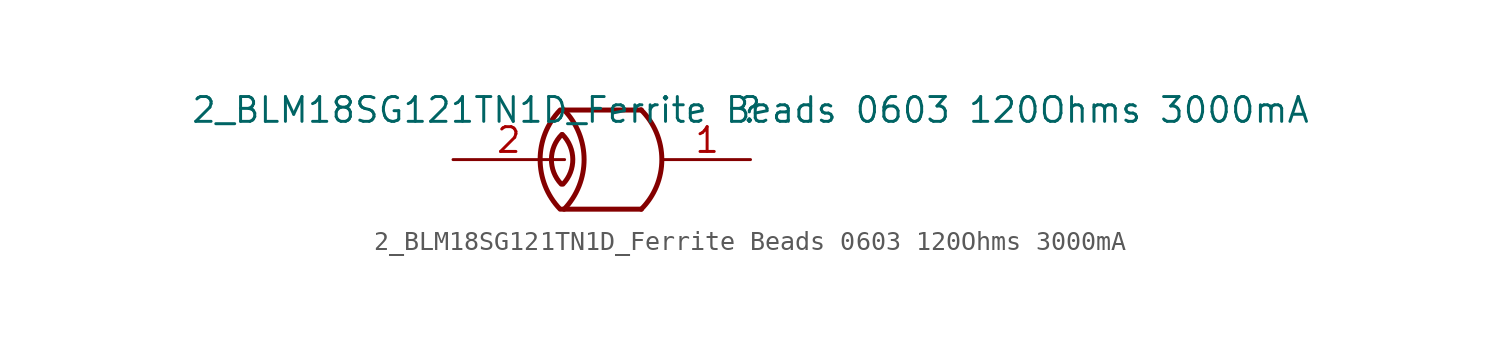
<source format=kicad_sym>
(kicad_symbol_lib
  (version 20211014)
  (generator kicad_symbol_editor)
  (symbol "2_BLM18SG121TN1D_Ferrite Beads 0603 120Ohms 3000mA"
    (property "Reference" ""
      (at 0 0 0)
      (effects (font (size 1.27 1.27))))
    (property "Value" "2_BLM18SG121TN1D_Ferrite Beads 0603 120Ohms 3000mA"
      (at 0 0 0)
      (effects (font (size 1.27 1.27))))
    (symbol "2_BLM18SG121TN1D_Ferrite Beads 0603 120Ohms 3000mA_1_0"
      (arc (start -9.7515 0.0042) (mid -10.778 -2.5378) (end -9.7546 -5.081) (stroke (width 0.254) (type default) (color 0 0 0 0)) (fill (type none)))
      (arc (start -9.6675 -1.2545) (mid -10.1999 -2.5201) (end -9.6954 -3.797) (stroke (width 0.254) (type default) (color 0 0 0 0)) (fill (type none)))
      (arc (start -9.6086 -3.797) (mid -9.1041 -2.5201) (end -9.6365 -1.2545) (stroke (width 0.254) (type default) (color 0 0 0 0)) (fill (type none)))
      (arc (start -9.5494 -5.081) (mid -8.5259 -2.5378) (end -9.5525 0.0042) (stroke (width 0.254) (type default) (color 0 0 0 0)) (fill (type none)))
      (arc (start -5.599 -5.0809) (mid -4.543 -2.5337) (end -5.6079 0.0098) (stroke (width 0.254) (type default) (color 0 0 0 0)) (fill (type none)))
      (polyline (pts (xy -5.588 -5.08) (xy -9.652 -5.08) (xy -9.398 -5.08)) (stroke (width 0.254) (type default) (color 0 0 0 0)) (fill (type none)))
      (polyline (pts (xy -5.588 0) (xy -9.652 0) (xy -9.398 0)) (stroke (width 0.254) (type default) (color 0 0 0 0)) (fill (type none)))
      (pin passive line (at 0 -2.54 180) (length 4.445) (name "1" (effects (font (size 0 0)))) (number "1" (effects (font (size 1.27 1.27)))))
      (pin passive line (at -15.24 -2.54 0) (length 5.715) (name "2" (effects (font (size 0 0)))) (number "2" (effects (font (size 1.27 1.27))))))))
</source>
